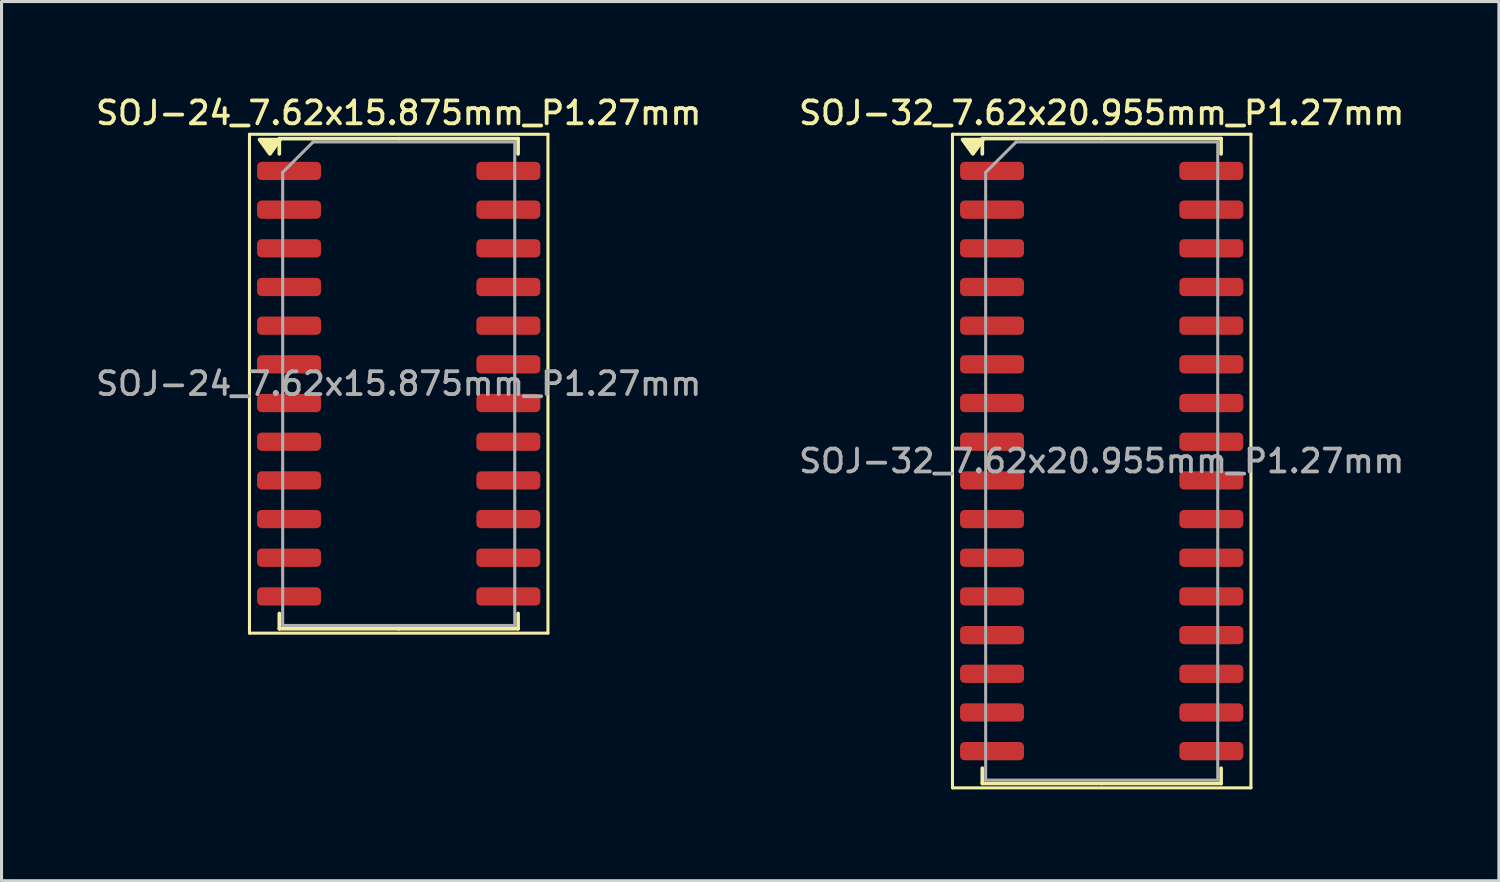
<source format=kicad_pcb>
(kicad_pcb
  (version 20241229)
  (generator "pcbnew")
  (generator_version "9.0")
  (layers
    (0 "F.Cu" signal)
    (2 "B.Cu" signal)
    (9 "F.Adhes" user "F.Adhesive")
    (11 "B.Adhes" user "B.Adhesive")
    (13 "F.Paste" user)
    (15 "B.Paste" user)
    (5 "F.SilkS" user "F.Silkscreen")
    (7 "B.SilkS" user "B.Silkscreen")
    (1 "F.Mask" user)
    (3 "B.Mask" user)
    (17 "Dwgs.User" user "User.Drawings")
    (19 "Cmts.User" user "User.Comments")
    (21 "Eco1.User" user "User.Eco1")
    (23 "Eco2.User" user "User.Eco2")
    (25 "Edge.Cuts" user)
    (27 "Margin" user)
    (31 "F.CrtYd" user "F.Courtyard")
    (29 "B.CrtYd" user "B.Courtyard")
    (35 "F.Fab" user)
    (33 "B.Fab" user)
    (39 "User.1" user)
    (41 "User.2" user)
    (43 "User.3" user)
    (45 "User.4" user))
  (footprint "SOJ-24_7.62x15.875mm_P1.27mm"
    (layer "F.Cu")
    (at 10.041 9.548)
    (property "Reference" "SOJ-24_7.62x15.875mm_P1.27mm" (at 0 -8.89 0) (layer "F.SilkS") (effects (font (size 0.75 0.75) (thickness 0.125))))
    (attr smd)
    (fp_line (start -4.9 -8.19) (end -4.9 8.19) (stroke (width 0.1) (type solid)) (layer "F.SilkS"))
    (fp_line (start -4.9 8.19) (end 4.9 8.19) (stroke (width 0.1) (type solid)) (layer "F.SilkS"))
    (fp_line (start -3.92 -8.047) (end -3.92 -7.545) (stroke (width 0.12) (type solid)) (layer "F.SilkS"))
    (fp_line (start -3.92 8.047) (end -3.92 7.545) (stroke (width 0.12) (type solid)) (layer "F.SilkS"))
    (fp_line (start 0 -8.047) (end -3.92 -8.047) (stroke (width 0.12) (type solid)) (layer "F.SilkS"))
    (fp_line (start 0 -8.047) (end 3.92 -8.047) (stroke (width 0.12) (type solid)) (layer "F.SilkS"))
    (fp_line (start 0 8.047) (end -3.92 8.047) (stroke (width 0.12) (type solid)) (layer "F.SilkS"))
    (fp_line (start 0 8.047) (end 3.92 8.047) (stroke (width 0.12) (type solid)) (layer "F.SilkS"))
    (fp_line (start 3.92 -8.047) (end 3.92 -7.545) (stroke (width 0.12) (type solid)) (layer "F.SilkS"))
    (fp_line (start 3.92 8.047) (end 3.92 7.545) (stroke (width 0.12) (type solid)) (layer "F.SilkS"))
    (fp_line (start 4.9 -8.19) (end -4.9 -8.19) (stroke (width 0.1) (type solid)) (layer "F.SilkS"))
    (fp_line (start 4.9 8.19) (end 4.9 -8.19) (stroke (width 0.1) (type solid)) (layer "F.SilkS"))
    (fp_poly (pts (xy -4.23 -7.545) (xy -4.57 -8.015) (xy -3.89 -8.015) (xy -4.23 -7.545)) (stroke (width 0.12) (type solid)) (fill yes) (layer "F.SilkS"))
    (fp_line (start -3.81 -6.938) (end -2.81 -7.938) (stroke (width 0.1) (type solid)) (layer "F.Fab"))
    (fp_line (start -3.81 7.938) (end -3.81 -6.938) (stroke (width 0.1) (type solid)) (layer "F.Fab"))
    (fp_line (start -2.81 -7.938) (end 3.81 -7.938) (stroke (width 0.1) (type solid)) (layer "F.Fab"))
    (fp_line (start 3.81 -7.938) (end 3.81 7.938) (stroke (width 0.1) (type solid)) (layer "F.Fab"))
    (fp_line (start 3.81 7.938) (end -3.81 7.938) (stroke (width 0.1) (type solid)) (layer "F.Fab"))
    (fp_text user "${REFERENCE}" (at 0 0 0) (layer "F.Fab") (effects (font (size 0.75 0.75) (thickness 0.125))))
    (pad "1" smd roundrect (at -3.6 -6.985) (size 2.1 0.6) (layers "F.Cu" "F.Mask" "F.Paste") (roundrect_rratio 0.25))
    (pad "2" smd roundrect (at -3.6 -5.715) (size 2.1 0.6) (layers "F.Cu" "F.Mask" "F.Paste") (roundrect_rratio 0.25))
    (pad "3" smd roundrect (at -3.6 -4.445) (size 2.1 0.6) (layers "F.Cu" "F.Mask" "F.Paste") (roundrect_rratio 0.25))
    (pad "4" smd roundrect (at -3.6 -3.175) (size 2.1 0.6) (layers "F.Cu" "F.Mask" "F.Paste") (roundrect_rratio 0.25))
    (pad "5" smd roundrect (at -3.6 -1.905) (size 2.1 0.6) (layers "F.Cu" "F.Mask" "F.Paste") (roundrect_rratio 0.25))
    (pad "6" smd roundrect (at -3.6 -0.635) (size 2.1 0.6) (layers "F.Cu" "F.Mask" "F.Paste") (roundrect_rratio 0.25))
    (pad "7" smd roundrect (at -3.6 0.635) (size 2.1 0.6) (layers "F.Cu" "F.Mask" "F.Paste") (roundrect_rratio 0.25))
    (pad "8" smd roundrect (at -3.6 1.905) (size 2.1 0.6) (layers "F.Cu" "F.Mask" "F.Paste") (roundrect_rratio 0.25))
    (pad "9" smd roundrect (at -3.6 3.175) (size 2.1 0.6) (layers "F.Cu" "F.Mask" "F.Paste") (roundrect_rratio 0.25))
    (pad "10" smd roundrect (at -3.6 4.445) (size 2.1 0.6) (layers "F.Cu" "F.Mask" "F.Paste") (roundrect_rratio 0.25))
    (pad "11" smd roundrect (at -3.6 5.715) (size 2.1 0.6) (layers "F.Cu" "F.Mask" "F.Paste") (roundrect_rratio 0.25))
    (pad "12" smd roundrect (at -3.6 6.985) (size 2.1 0.6) (layers "F.Cu" "F.Mask" "F.Paste") (roundrect_rratio 0.25))
    (pad "13" smd roundrect (at 3.6 6.985) (size 2.1 0.6) (layers "F.Cu" "F.Mask" "F.Paste") (roundrect_rratio 0.25))
    (pad "14" smd roundrect (at 3.6 5.715) (size 2.1 0.6) (layers "F.Cu" "F.Mask" "F.Paste") (roundrect_rratio 0.25))
    (pad "15" smd roundrect (at 3.6 4.445) (size 2.1 0.6) (layers "F.Cu" "F.Mask" "F.Paste") (roundrect_rratio 0.25))
    (pad "16" smd roundrect (at 3.6 3.175) (size 2.1 0.6) (layers "F.Cu" "F.Mask" "F.Paste") (roundrect_rratio 0.25))
    (pad "17" smd roundrect (at 3.6 1.905) (size 2.1 0.6) (layers "F.Cu" "F.Mask" "F.Paste") (roundrect_rratio 0.25))
    (pad "18" smd roundrect (at 3.6 0.635) (size 2.1 0.6) (layers "F.Cu" "F.Mask" "F.Paste") (roundrect_rratio 0.25))
    (pad "19" smd roundrect (at 3.6 -0.635) (size 2.1 0.6) (layers "F.Cu" "F.Mask" "F.Paste") (roundrect_rratio 0.25))
    (pad "20" smd roundrect (at 3.6 -1.905) (size 2.1 0.6) (layers "F.Cu" "F.Mask" "F.Paste") (roundrect_rratio 0.25))
    (pad "21" smd roundrect (at 3.6 -3.175) (size 2.1 0.6) (layers "F.Cu" "F.Mask" "F.Paste") (roundrect_rratio 0.25))
    (pad "22" smd roundrect (at 3.6 -4.445) (size 2.1 0.6) (layers "F.Cu" "F.Mask" "F.Paste") (roundrect_rratio 0.25))
    (pad "23" smd roundrect (at 3.6 -5.715) (size 2.1 0.6) (layers "F.Cu" "F.Mask" "F.Paste") (roundrect_rratio 0.25))
    (pad "24" smd roundrect (at 3.6 -6.985) (size 2.1 0.6) (layers "F.Cu" "F.Mask" "F.Paste") (roundrect_rratio 0.25)))
  (footprint "SOJ-32_7.62x20.955mm_P1.27mm"
    (layer "F.Cu")
    (at 33.123 12.088)
    (property "Reference" "SOJ-32_7.62x20.955mm_P1.27mm" (at 0 -11.43 0) (layer "F.SilkS") (effects (font (size 0.75 0.75) (thickness 0.125))))
    (attr smd)
    (fp_line (start -4.9 -10.73) (end -4.9 10.73) (stroke (width 0.1) (type solid)) (layer "F.SilkS"))
    (fp_line (start -4.9 10.73) (end 4.9 10.73) (stroke (width 0.1) (type solid)) (layer "F.SilkS"))
    (fp_line (start -3.92 -10.588) (end -3.92 -10.085) (stroke (width 0.12) (type solid)) (layer "F.SilkS"))
    (fp_line (start -3.92 10.588) (end -3.92 10.085) (stroke (width 0.12) (type solid)) (layer "F.SilkS"))
    (fp_line (start 0 -10.588) (end -3.92 -10.588) (stroke (width 0.12) (type solid)) (layer "F.SilkS"))
    (fp_line (start 0 -10.588) (end 3.92 -10.588) (stroke (width 0.12) (type solid)) (layer "F.SilkS"))
    (fp_line (start 0 10.588) (end -3.92 10.588) (stroke (width 0.12) (type solid)) (layer "F.SilkS"))
    (fp_line (start 0 10.588) (end 3.92 10.588) (stroke (width 0.12) (type solid)) (layer "F.SilkS"))
    (fp_line (start 3.92 -10.588) (end 3.92 -10.085) (stroke (width 0.12) (type solid)) (layer "F.SilkS"))
    (fp_line (start 3.92 10.588) (end 3.92 10.085) (stroke (width 0.12) (type solid)) (layer "F.SilkS"))
    (fp_line (start 4.9 -10.73) (end -4.9 -10.73) (stroke (width 0.1) (type solid)) (layer "F.SilkS"))
    (fp_line (start 4.9 10.73) (end 4.9 -10.73) (stroke (width 0.1) (type solid)) (layer "F.SilkS"))
    (fp_poly (pts (xy -4.23 -10.085) (xy -4.57 -10.555) (xy -3.89 -10.555) (xy -4.23 -10.085)) (stroke (width 0.12) (type solid)) (fill yes) (layer "F.SilkS"))
    (fp_line (start -3.81 -9.477) (end -2.81 -10.477) (stroke (width 0.1) (type solid)) (layer "F.Fab"))
    (fp_line (start -3.81 10.477) (end -3.81 -9.477) (stroke (width 0.1) (type solid)) (layer "F.Fab"))
    (fp_line (start -2.81 -10.477) (end 3.81 -10.477) (stroke (width 0.1) (type solid)) (layer "F.Fab"))
    (fp_line (start 3.81 -10.477) (end 3.81 10.477) (stroke (width 0.1) (type solid)) (layer "F.Fab"))
    (fp_line (start 3.81 10.477) (end -3.81 10.477) (stroke (width 0.1) (type solid)) (layer "F.Fab"))
    (fp_text user "${REFERENCE}" (at 0 0 0) (layer "F.Fab") (effects (font (size 0.75 0.75) (thickness 0.125))))
    (pad "1" smd roundrect (at -3.6 -9.525) (size 2.1 0.6) (layers "F.Cu" "F.Mask" "F.Paste") (roundrect_rratio 0.25))
    (pad "2" smd roundrect (at -3.6 -8.255) (size 2.1 0.6) (layers "F.Cu" "F.Mask" "F.Paste") (roundrect_rratio 0.25))
    (pad "3" smd roundrect (at -3.6 -6.985) (size 2.1 0.6) (layers "F.Cu" "F.Mask" "F.Paste") (roundrect_rratio 0.25))
    (pad "4" smd roundrect (at -3.6 -5.715) (size 2.1 0.6) (layers "F.Cu" "F.Mask" "F.Paste") (roundrect_rratio 0.25))
    (pad "5" smd roundrect (at -3.6 -4.445) (size 2.1 0.6) (layers "F.Cu" "F.Mask" "F.Paste") (roundrect_rratio 0.25))
    (pad "6" smd roundrect (at -3.6 -3.175) (size 2.1 0.6) (layers "F.Cu" "F.Mask" "F.Paste") (roundrect_rratio 0.25))
    (pad "7" smd roundrect (at -3.6 -1.905) (size 2.1 0.6) (layers "F.Cu" "F.Mask" "F.Paste") (roundrect_rratio 0.25))
    (pad "8" smd roundrect (at -3.6 -0.635) (size 2.1 0.6) (layers "F.Cu" "F.Mask" "F.Paste") (roundrect_rratio 0.25))
    (pad "9" smd roundrect (at -3.6 0.635) (size 2.1 0.6) (layers "F.Cu" "F.Mask" "F.Paste") (roundrect_rratio 0.25))
    (pad "10" smd roundrect (at -3.6 1.905) (size 2.1 0.6) (layers "F.Cu" "F.Mask" "F.Paste") (roundrect_rratio 0.25))
    (pad "11" smd roundrect (at -3.6 3.175) (size 2.1 0.6) (layers "F.Cu" "F.Mask" "F.Paste") (roundrect_rratio 0.25))
    (pad "12" smd roundrect (at -3.6 4.445) (size 2.1 0.6) (layers "F.Cu" "F.Mask" "F.Paste") (roundrect_rratio 0.25))
    (pad "13" smd roundrect (at -3.6 5.715) (size 2.1 0.6) (layers "F.Cu" "F.Mask" "F.Paste") (roundrect_rratio 0.25))
    (pad "14" smd roundrect (at -3.6 6.985) (size 2.1 0.6) (layers "F.Cu" "F.Mask" "F.Paste") (roundrect_rratio 0.25))
    (pad "15" smd roundrect (at -3.6 8.255) (size 2.1 0.6) (layers "F.Cu" "F.Mask" "F.Paste") (roundrect_rratio 0.25))
    (pad "16" smd roundrect (at -3.6 9.525) (size 2.1 0.6) (layers "F.Cu" "F.Mask" "F.Paste") (roundrect_rratio 0.25))
    (pad "17" smd roundrect (at 3.6 9.525) (size 2.1 0.6) (layers "F.Cu" "F.Mask" "F.Paste") (roundrect_rratio 0.25))
    (pad "18" smd roundrect (at 3.6 8.255) (size 2.1 0.6) (layers "F.Cu" "F.Mask" "F.Paste") (roundrect_rratio 0.25))
    (pad "19" smd roundrect (at 3.6 6.985) (size 2.1 0.6) (layers "F.Cu" "F.Mask" "F.Paste") (roundrect_rratio 0.25))
    (pad "20" smd roundrect (at 3.6 5.715) (size 2.1 0.6) (layers "F.Cu" "F.Mask" "F.Paste") (roundrect_rratio 0.25))
    (pad "21" smd roundrect (at 3.6 4.445) (size 2.1 0.6) (layers "F.Cu" "F.Mask" "F.Paste") (roundrect_rratio 0.25))
    (pad "22" smd roundrect (at 3.6 3.175) (size 2.1 0.6) (layers "F.Cu" "F.Mask" "F.Paste") (roundrect_rratio 0.25))
    (pad "23" smd roundrect (at 3.6 1.905) (size 2.1 0.6) (layers "F.Cu" "F.Mask" "F.Paste") (roundrect_rratio 0.25))
    (pad "24" smd roundrect (at 3.6 0.635) (size 2.1 0.6) (layers "F.Cu" "F.Mask" "F.Paste") (roundrect_rratio 0.25))
    (pad "25" smd roundrect (at 3.6 -0.635) (size 2.1 0.6) (layers "F.Cu" "F.Mask" "F.Paste") (roundrect_rratio 0.25))
    (pad "26" smd roundrect (at 3.6 -1.905) (size 2.1 0.6) (layers "F.Cu" "F.Mask" "F.Paste") (roundrect_rratio 0.25))
    (pad "27" smd roundrect (at 3.6 -3.175) (size 2.1 0.6) (layers "F.Cu" "F.Mask" "F.Paste") (roundrect_rratio 0.25))
    (pad "28" smd roundrect (at 3.6 -4.445) (size 2.1 0.6) (layers "F.Cu" "F.Mask" "F.Paste") (roundrect_rratio 0.25))
    (pad "29" smd roundrect (at 3.6 -5.715) (size 2.1 0.6) (layers "F.Cu" "F.Mask" "F.Paste") (roundrect_rratio 0.25))
    (pad "30" smd roundrect (at 3.6 -6.985) (size 2.1 0.6) (layers "F.Cu" "F.Mask" "F.Paste") (roundrect_rratio 0.25))
    (pad "31" smd roundrect (at 3.6 -8.255) (size 2.1 0.6) (layers "F.Cu" "F.Mask" "F.Paste") (roundrect_rratio 0.25))
    (pad "32" smd roundrect (at 3.6 -9.525) (size 2.1 0.6) (layers "F.Cu" "F.Mask" "F.Paste") (roundrect_rratio 0.25)))
  (gr_rect
    (start -3 -3)
    (end 46.164 25.868)
    (stroke (width 0.1) (type default))
    (fill no)
    (layer "Edge.Cuts")))
</source>
